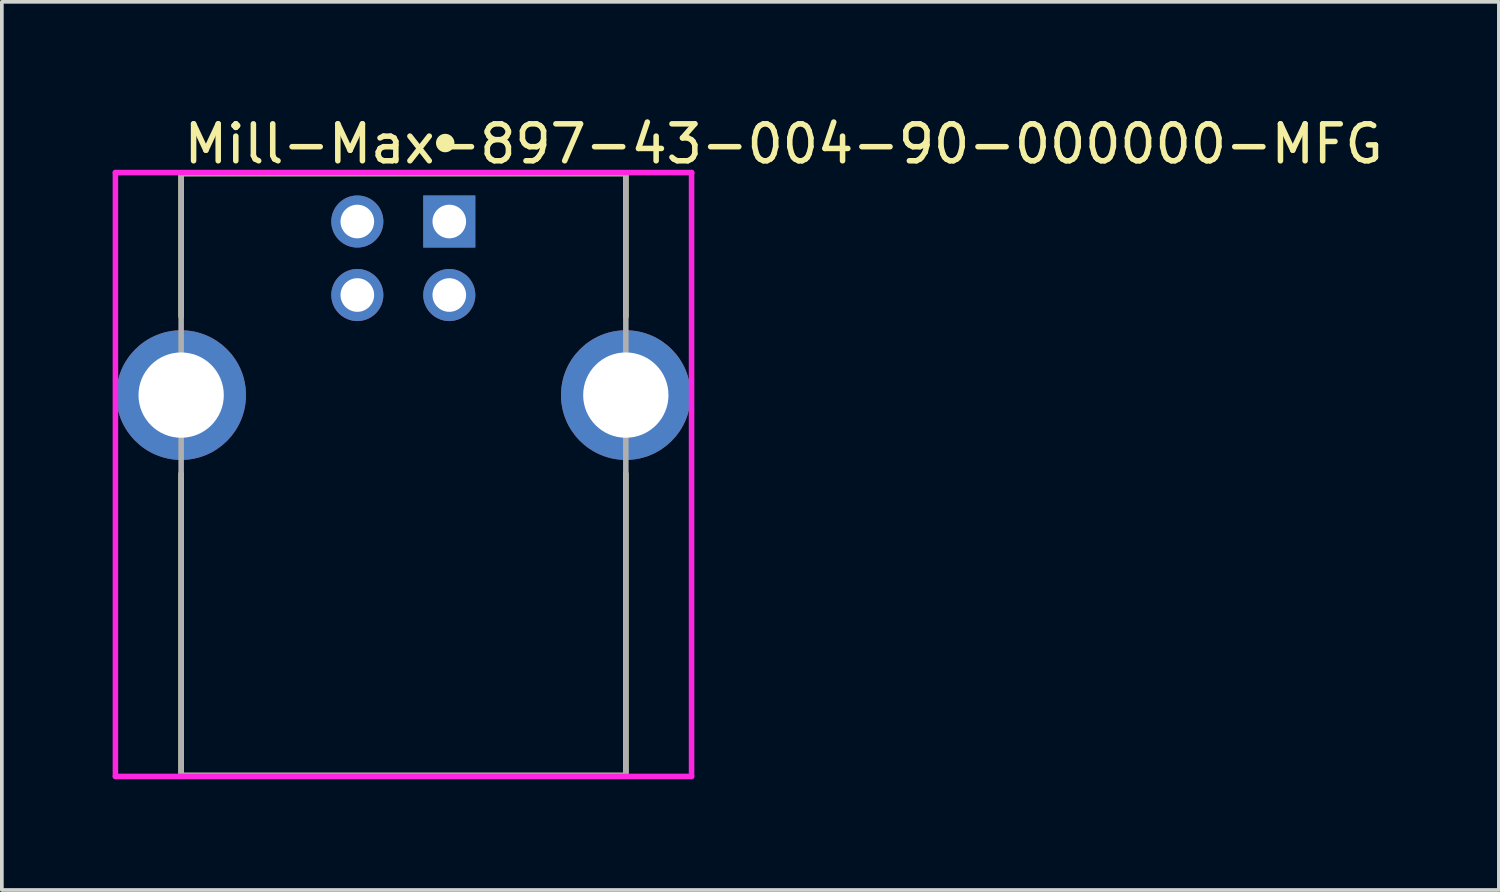
<source format=kicad_pcb>
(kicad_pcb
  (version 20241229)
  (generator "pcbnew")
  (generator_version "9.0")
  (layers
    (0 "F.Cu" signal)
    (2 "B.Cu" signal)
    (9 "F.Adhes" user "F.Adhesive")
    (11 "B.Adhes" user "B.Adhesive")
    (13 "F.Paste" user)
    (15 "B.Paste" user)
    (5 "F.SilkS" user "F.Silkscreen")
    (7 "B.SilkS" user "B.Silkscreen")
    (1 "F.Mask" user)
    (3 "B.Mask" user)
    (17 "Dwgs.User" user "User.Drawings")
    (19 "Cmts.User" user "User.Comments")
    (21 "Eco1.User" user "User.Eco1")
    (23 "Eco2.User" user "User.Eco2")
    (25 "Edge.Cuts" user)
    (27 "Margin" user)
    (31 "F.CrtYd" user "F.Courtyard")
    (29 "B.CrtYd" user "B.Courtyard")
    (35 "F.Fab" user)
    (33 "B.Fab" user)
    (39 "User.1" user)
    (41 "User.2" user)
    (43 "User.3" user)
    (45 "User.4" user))
  (footprint "Mill-Max-897-43-004-90-000000-MFG"
    (layer "F.Cu")
    (at 7.875 9.798)
    (property "Reference" "Mill-Max-897-43-004-90-000000-MFG" (at -6.02 -8.95 0) (layer "F.SilkS") (effects (font (size 1 1) (thickness 0.15)) (justify left)))
    (attr through_hole)
    (fp_line (start -6.02 -8.15) (end 6.02 -8.15) (stroke (width 0.15) (type solid)) (layer "F.SilkS"))
    (fp_line (start -6.02 -4.28) (end -6.02 -8.15) (stroke (width 0.15) (type solid)) (layer "F.SilkS"))
    (fp_line (start -6.02 8.15) (end -6.02 -0.02) (stroke (width 0.15) (type solid)) (layer "F.SilkS"))
    (fp_line (start -6.02 8.15) (end 6.02 8.15) (stroke (width 0.15) (type solid)) (layer "F.SilkS"))
    (fp_line (start 6.02 -4.28) (end 6.02 -8.15) (stroke (width 0.15) (type solid)) (layer "F.SilkS"))
    (fp_line (start 6.02 8.15) (end 6.02 -0.02) (stroke (width 0.15) (type solid)) (layer "F.SilkS"))
    (fp_circle (center 1.13 -8.975) (end 1.255 -8.975) (stroke (width 0.25) (type solid)) (fill no) (layer "F.SilkS"))
    (fp_line (start -7.8 -8.175) (end -7.8 8.175) (stroke (width 0.15) (type solid)) (layer "F.CrtYd"))
    (fp_line (start -7.8 8.175) (end 7.8 8.175) (stroke (width 0.15) (type solid)) (layer "F.CrtYd"))
    (fp_line (start 7.8 -8.175) (end -7.8 -8.175) (stroke (width 0.15) (type solid)) (layer "F.CrtYd"))
    (fp_line (start 7.8 -8.175) (end 7.8 -8.175) (stroke (width 0.15) (type solid)) (layer "F.CrtYd"))
    (fp_line (start 7.8 8.175) (end 7.8 -8.175) (stroke (width 0.15) (type solid)) (layer "F.CrtYd"))
    (fp_line (start -6.02 -8.15) (end 6.02 -8.15) (stroke (width 0.15) (type solid)) (layer "F.Fab"))
    (fp_line (start -6.02 8.15) (end -6.02 -8.15) (stroke (width 0.15) (type solid)) (layer "F.Fab"))
    (fp_line (start 6.02 -8.15) (end 6.02 8.15) (stroke (width 0.15) (type solid)) (layer "F.Fab"))
    (fp_line (start 6.02 8.15) (end -6.02 8.15) (stroke (width 0.15) (type solid)) (layer "F.Fab"))
    (pad "1" thru_hole rect (at 1.24 -6.85) (size 1.41 1.41) (drill 0.91) (layers "*.Cu"))
    (pad "2" thru_hole circle (at -1.25 -6.85) (size 1.41 1.41) (drill 0.91) (layers "*.Cu"))
    (pad "3" thru_hole circle (at -1.25 -4.86) (size 1.41 1.41) (drill 0.91) (layers "*.Cu"))
    (pad "4" thru_hole circle (at 1.24 -4.86) (size 1.41 1.41) (drill 0.91) (layers "*.Cu"))
    (pad "5" thru_hole circle (at -6.02 -2.15) (size 3.51 3.51) (drill 2.31) (layers "*.Cu"))
    (pad "6" thru_hole circle (at 6.02 -2.15) (size 3.51 3.51) (drill 2.31) (layers "*.Cu")))
  (gr_rect
    (start -3 -3)
    (end 37.534 21.048)
    (stroke (width 0.1) (type default))
    (fill no)
    (layer "Edge.Cuts")))
</source>
